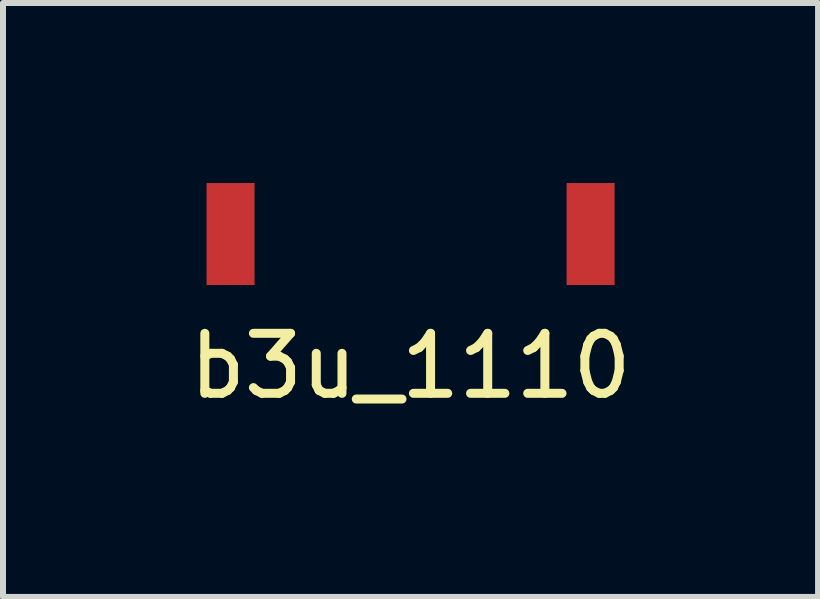
<source format=kicad_pcb>
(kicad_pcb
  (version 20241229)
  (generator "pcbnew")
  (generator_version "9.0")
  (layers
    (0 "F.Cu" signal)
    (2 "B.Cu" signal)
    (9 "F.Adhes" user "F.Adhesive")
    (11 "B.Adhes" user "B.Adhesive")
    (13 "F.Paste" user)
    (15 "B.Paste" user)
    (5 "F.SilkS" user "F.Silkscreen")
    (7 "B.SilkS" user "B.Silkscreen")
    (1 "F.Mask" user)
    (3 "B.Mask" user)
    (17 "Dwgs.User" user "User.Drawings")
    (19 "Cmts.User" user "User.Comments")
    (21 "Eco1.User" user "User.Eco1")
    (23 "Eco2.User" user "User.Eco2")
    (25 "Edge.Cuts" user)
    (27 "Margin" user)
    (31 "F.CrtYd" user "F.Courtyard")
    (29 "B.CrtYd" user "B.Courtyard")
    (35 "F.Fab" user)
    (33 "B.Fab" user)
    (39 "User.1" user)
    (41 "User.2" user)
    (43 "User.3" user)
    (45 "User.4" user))
  (footprint "b3u_1110"
    (layer "F.Cu")
    (at 3.792 0.85)
    (property "Reference" "b3u_1110" (at 0 2.2 0) (layer "F.SilkS") (effects (font (size 1 1) (thickness 0.15))))
    (attr through_hole)
    (pad "1" smd rect (at -3 0) (size 0.8 1.7) (layers "F.Cu" "F.Mask" "F.Paste"))
    (pad "2" smd rect (at 3 0) (size 0.8 1.7) (layers "F.Cu" "F.Mask" "F.Paste")))
  (gr_rect
    (start -3 -3)
    (end 10.583 6.898)
    (stroke (width 0.1) (type default))
    (fill no)
    (layer "Edge.Cuts")))
</source>
